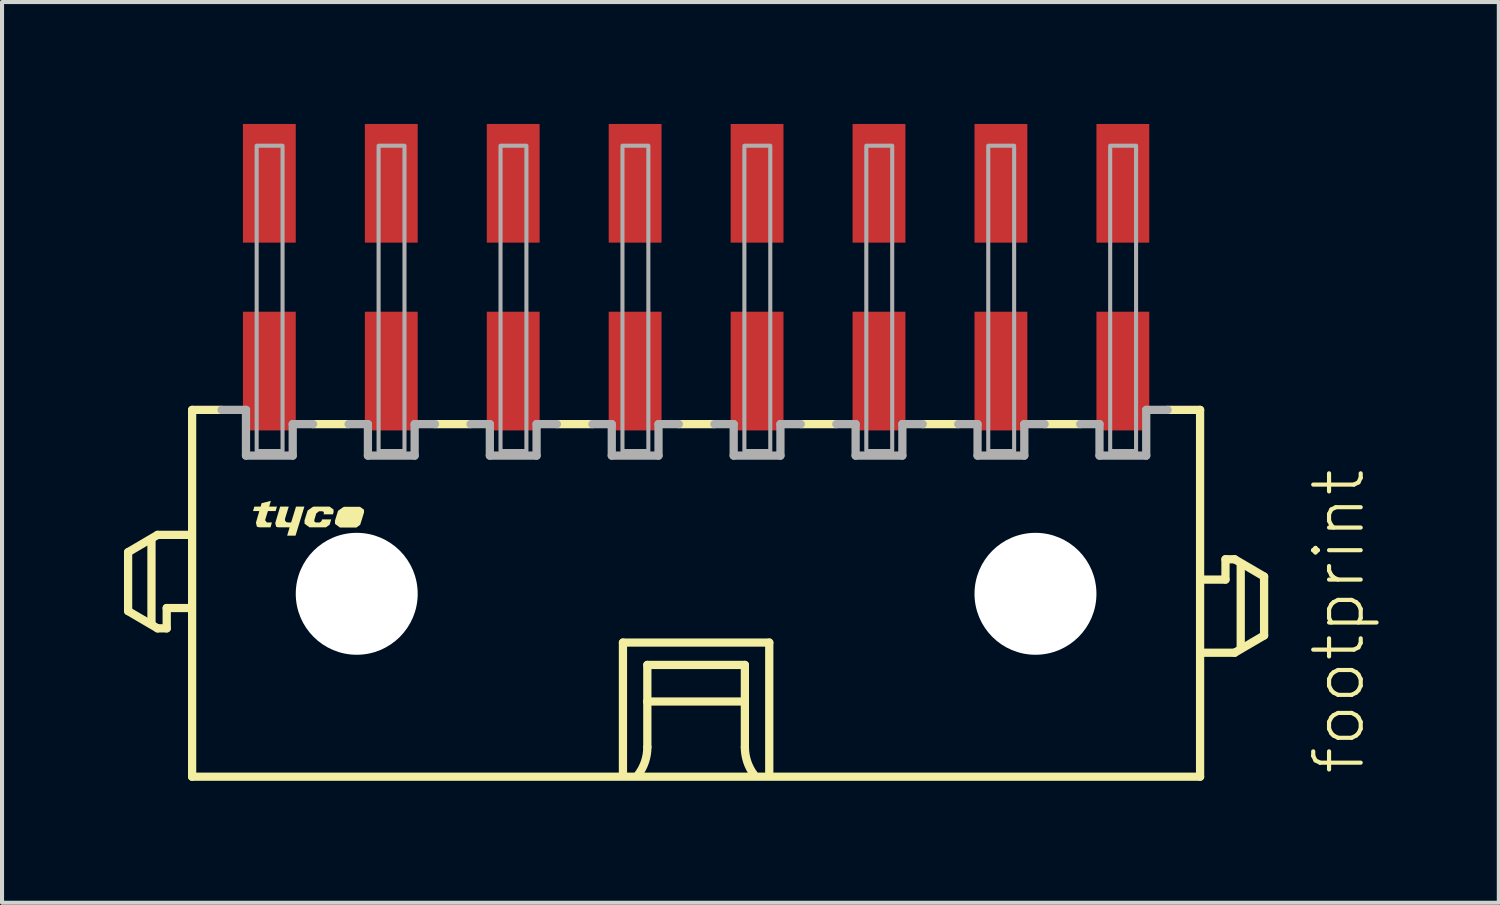
<source format=kicad_pcb>
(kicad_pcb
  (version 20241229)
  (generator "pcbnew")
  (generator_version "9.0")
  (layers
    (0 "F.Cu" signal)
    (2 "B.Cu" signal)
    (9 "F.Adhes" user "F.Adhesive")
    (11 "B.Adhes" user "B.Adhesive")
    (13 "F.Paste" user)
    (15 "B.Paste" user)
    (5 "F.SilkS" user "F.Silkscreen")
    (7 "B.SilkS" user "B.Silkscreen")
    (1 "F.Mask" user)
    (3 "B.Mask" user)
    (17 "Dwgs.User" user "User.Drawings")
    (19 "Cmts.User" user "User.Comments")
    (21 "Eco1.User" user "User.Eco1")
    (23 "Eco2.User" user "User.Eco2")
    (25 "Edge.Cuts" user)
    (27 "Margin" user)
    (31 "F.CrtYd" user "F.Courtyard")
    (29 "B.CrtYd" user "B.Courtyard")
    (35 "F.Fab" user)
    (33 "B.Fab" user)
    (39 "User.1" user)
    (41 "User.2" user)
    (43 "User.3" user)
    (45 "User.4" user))
  (footprint "footprint"
    (layer "F.Cu")
    (at 14.077 11.56)
    (property "Reference" "footprint" (at 16.5 4.5 90) (layer "F.SilkS") (effects (font (size 1.168 1.168) (thickness 0.102)) (justify left bottom)))
    (fp_line (start -13.975 -1.025) (end -13.975 0.425) (stroke (width 0.203) (type solid)) (layer "F.SilkS"))
    (fp_line (start -13.975 0.425) (end -13.25 0.85) (stroke (width 0.203) (type solid)) (layer "F.SilkS"))
    (fp_line (start -13.4 0.7) (end -13.4 -1.3) (stroke (width 0.203) (type solid)) (layer "F.SilkS"))
    (fp_line (start -13.25 -1.45) (end -13.975 -1.025) (stroke (width 0.203) (type solid)) (layer "F.SilkS"))
    (fp_line (start -13.25 0.85) (end -13.025 0.85) (stroke (width 0.203) (type solid)) (layer "F.SilkS"))
    (fp_line (start -13.025 0.35) (end -12.5 0.35) (stroke (width 0.203) (type solid)) (layer "F.SilkS"))
    (fp_line (start -13.025 0.85) (end -13.025 0.35) (stroke (width 0.203) (type solid)) (layer "F.SilkS"))
    (fp_line (start -12.5 -1.45) (end -13.25 -1.45) (stroke (width 0.203) (type solid)) (layer "F.SilkS"))
    (fp_line (start -12.4 -4.525) (end -12.4 4.5) (stroke (width 0.203) (type solid)) (layer "F.SilkS"))
    (fp_line (start -12.4 -4.525) (end -11.675 -4.525) (stroke (width 0.203) (type solid)) (layer "F.SilkS"))
    (fp_line (start -12.4 4.5) (end 12.4 4.5) (stroke (width 0.203) (type solid)) (layer "F.SilkS"))
    (fp_line (start -8.55 -4.175) (end -9.425 -4.175) (stroke (width 0.203) (type solid)) (layer "F.SilkS"))
    (fp_line (start -5.55 -4.175) (end -6.425 -4.175) (stroke (width 0.203) (type solid)) (layer "F.SilkS"))
    (fp_line (start -2.55 -4.175) (end -3.425 -4.175) (stroke (width 0.203) (type solid)) (layer "F.SilkS"))
    (fp_line (start -1.8 1.2) (end 1.8 1.2) (stroke (width 0.203) (type solid)) (layer "F.SilkS"))
    (fp_line (start -1.8 4.4) (end -1.8 1.2) (stroke (width 0.203) (type solid)) (layer "F.SilkS"))
    (fp_line (start -1.2 1.75) (end -1.2 2.65) (stroke (width 0.203) (type solid)) (layer "F.SilkS"))
    (fp_line (start -1.2 2.65) (end -1.2 3.775) (stroke (width 0.203) (type solid)) (layer "F.SilkS"))
    (fp_line (start -1.2 2.65) (end 1.2 2.65) (stroke (width 0.203) (type solid)) (layer "F.SilkS"))
    (fp_line (start 0.45 -4.175) (end -0.425 -4.175) (stroke (width 0.203) (type solid)) (layer "F.SilkS"))
    (fp_line (start 1.2 1.75) (end -1.2 1.75) (stroke (width 0.203) (type solid)) (layer "F.SilkS"))
    (fp_line (start 1.2 2.65) (end 1.2 1.75) (stroke (width 0.203) (type solid)) (layer "F.SilkS"))
    (fp_line (start 1.2 2.65) (end 1.2 3.775) (stroke (width 0.203) (type solid)) (layer "F.SilkS"))
    (fp_line (start 1.8 1.2) (end 1.8 4.4) (stroke (width 0.203) (type solid)) (layer "F.SilkS"))
    (fp_line (start 3.45 -4.175) (end 2.575 -4.175) (stroke (width 0.203) (type solid)) (layer "F.SilkS"))
    (fp_line (start 6.45 -4.175) (end 5.575 -4.175) (stroke (width 0.203) (type solid)) (layer "F.SilkS"))
    (fp_line (start 9.45 -4.175) (end 8.575 -4.175) (stroke (width 0.203) (type solid)) (layer "F.SilkS"))
    (fp_line (start 12.4 -4.525) (end 11.6 -4.525) (stroke (width 0.203) (type solid)) (layer "F.SilkS"))
    (fp_line (start 12.4 4.5) (end 12.4 -4.525) (stroke (width 0.203) (type solid)) (layer "F.SilkS"))
    (fp_line (start 12.5 1.45) (end 13.25 1.45) (stroke (width 0.203) (type solid)) (layer "F.SilkS"))
    (fp_line (start 13.025 -0.85) (end 13.025 -0.35) (stroke (width 0.203) (type solid)) (layer "F.SilkS"))
    (fp_line (start 13.025 -0.35) (end 12.5 -0.35) (stroke (width 0.203) (type solid)) (layer "F.SilkS"))
    (fp_line (start 13.25 -0.85) (end 13.025 -0.85) (stroke (width 0.203) (type solid)) (layer "F.SilkS"))
    (fp_line (start 13.25 1.45) (end 13.975 1.025) (stroke (width 0.203) (type solid)) (layer "F.SilkS"))
    (fp_line (start 13.4 1.3) (end 13.4 -0.7) (stroke (width 0.203) (type solid)) (layer "F.SilkS"))
    (fp_line (start 13.975 -0.425) (end 13.25 -0.85) (stroke (width 0.203) (type solid)) (layer "F.SilkS"))
    (fp_line (start 13.975 1.025) (end 13.975 -0.425) (stroke (width 0.203) (type solid)) (layer "F.SilkS"))
    (fp_arc (start -1.2 3.775) (mid -1.257731 4.130756) (end -1.425 4.449999) (stroke (width 0.2032) (type solid)) (layer "F.SilkS"))
    (fp_arc (start 1.425 4.449999) (mid 1.257732 4.130756) (end 1.2 3.775) (stroke (width 0.2032) (type solid)) (layer "F.SilkS"))
    (fp_poly (pts (xy -10.115 -1.844) (xy -10.113 -1.799) (xy -10.085 -1.764) (xy -10.039 -1.755) (xy -9.964 -1.755) (xy -9.844 -2.145) (xy -9.638 -2.145) (xy -9.856 -1.43) (xy -10.062 -1.43) (xy -10.002 -1.635) (xy -10.28 -1.635) (xy -10.28 -1.645) (xy -10.285 -1.645) (xy -10.285 -1.64) (xy -10.287 -1.635) (xy -10.333 -1.651) (xy -10.355 -1.74) (xy -10.234 -2.145) (xy -10.023 -2.145)) (stroke (width 0) (type solid)) (fill yes) (layer "F.SilkS"))
    (fp_poly (pts (xy -10.503 -2.145) (xy -10.313 -2.145) (xy -10.346 -2.035) (xy -10.536 -2.035) (xy -10.604 -1.811) (xy -10.562 -1.755) (xy -10.438 -1.755) (xy -10.471 -1.635) (xy -10.75 -1.635) (xy -10.75 -1.645) (xy -10.755 -1.645) (xy -10.755 -1.64) (xy -10.757 -1.635) (xy -10.807 -1.653) (xy -10.83 -1.75) (xy -10.747 -2.035) (xy -10.902 -2.035) (xy -10.869 -2.145) (xy -10.714 -2.145) (xy -10.692 -2.229) (xy -10.463 -2.287)) (stroke (width 0) (type solid)) (fill yes) (layer "F.SilkS"))
    (fp_poly (pts (xy -8.171 -2.069) (xy -8.17 -2.005) (xy -8.17 -2.004) (xy -8.223 -1.83) (xy -8.223 -1.83) (xy -8.225 -1.823) (xy -8.226 -1.82) (xy -8.226 -1.82) (xy -8.266 -1.697) (xy -8.358 -1.63) (xy -8.762 -1.63) (xy -8.884 -1.72) (xy -8.885 -1.8) (xy -8.885 -1.801) (xy -8.809 -2.043) (xy -8.673 -2.139) (xy -8.67 -2.135) (xy -8.67 -2.13) (xy -8.665 -2.13) (xy -8.665 -2.14) (xy -8.268 -2.14)) (stroke (width 0) (type solid)) (fill yes) (layer "F.SilkS"))
    (fp_poly (pts (xy -8.921 -2.074) (xy -8.92 -2.01) (xy -8.92 -2.009) (xy -8.936 -1.955) (xy -9.167 -1.955) (xy -9.16 -1.976) (xy -9.158 -2.001) (xy -9.172 -2.022) (xy -9.196 -2.03) (xy -9.278 -2.03) (xy -9.346 -1.977) (xy -9.395 -1.81) (xy -9.388 -1.772) (xy -9.354 -1.755) (xy -9.262 -1.755) (xy -9.219 -1.783) (xy -9.204 -1.83) (xy -8.978 -1.83) (xy -9.016 -1.702) (xy -9.108 -1.635) (xy -9.512 -1.635) (xy -9.634 -1.725) (xy -9.635 -1.805) (xy -9.635 -1.806) (xy -9.559 -2.048) (xy -9.423 -2.144) (xy -9.42 -2.14) (xy -9.42 -2.135) (xy -9.415 -2.135) (xy -9.415 -2.145) (xy -9.018 -2.145)) (stroke (width 0) (type solid)) (fill yes) (layer "F.SilkS"))
    (fp_line (start -11.075 -4.525) (end -11.675 -4.525) (stroke (width 0.203) (type solid)) (layer "F.Fab"))
    (fp_line (start -11.075 -3.4) (end -11.075 -4.525) (stroke (width 0.203) (type solid)) (layer "F.Fab"))
    (fp_line (start -9.925 -4.175) (end -9.925 -3.4) (stroke (width 0.203) (type solid)) (layer "F.Fab"))
    (fp_line (start -9.925 -3.4) (end -11.075 -3.4) (stroke (width 0.203) (type solid)) (layer "F.Fab"))
    (fp_line (start -9.425 -4.175) (end -9.925 -4.175) (stroke (width 0.203) (type solid)) (layer "F.Fab"))
    (fp_line (start -8.075 -4.175) (end -8.55 -4.175) (stroke (width 0.203) (type solid)) (layer "F.Fab"))
    (fp_line (start -8.075 -3.4) (end -8.075 -4.175) (stroke (width 0.203) (type solid)) (layer "F.Fab"))
    (fp_line (start -6.925 -4.175) (end -6.925 -3.4) (stroke (width 0.203) (type solid)) (layer "F.Fab"))
    (fp_line (start -6.925 -3.4) (end -8.075 -3.4) (stroke (width 0.203) (type solid)) (layer "F.Fab"))
    (fp_line (start -6.425 -4.175) (end -6.925 -4.175) (stroke (width 0.203) (type solid)) (layer "F.Fab"))
    (fp_line (start -5.075 -4.175) (end -5.55 -4.175) (stroke (width 0.203) (type solid)) (layer "F.Fab"))
    (fp_line (start -5.075 -3.4) (end -5.075 -4.175) (stroke (width 0.203) (type solid)) (layer "F.Fab"))
    (fp_line (start -3.925 -4.175) (end -3.925 -3.4) (stroke (width 0.203) (type solid)) (layer "F.Fab"))
    (fp_line (start -3.925 -3.4) (end -5.075 -3.4) (stroke (width 0.203) (type solid)) (layer "F.Fab"))
    (fp_line (start -3.425 -4.175) (end -3.925 -4.175) (stroke (width 0.203) (type solid)) (layer "F.Fab"))
    (fp_line (start -2.075 -4.175) (end -2.55 -4.175) (stroke (width 0.203) (type solid)) (layer "F.Fab"))
    (fp_line (start -2.075 -3.4) (end -2.075 -4.175) (stroke (width 0.203) (type solid)) (layer "F.Fab"))
    (fp_line (start -0.925 -4.175) (end -0.925 -3.4) (stroke (width 0.203) (type solid)) (layer "F.Fab"))
    (fp_line (start -0.925 -3.4) (end -2.075 -3.4) (stroke (width 0.203) (type solid)) (layer "F.Fab"))
    (fp_line (start -0.425 -4.175) (end -0.925 -4.175) (stroke (width 0.203) (type solid)) (layer "F.Fab"))
    (fp_line (start 0.925 -4.175) (end 0.45 -4.175) (stroke (width 0.203) (type solid)) (layer "F.Fab"))
    (fp_line (start 0.925 -3.4) (end 0.925 -4.175) (stroke (width 0.203) (type solid)) (layer "F.Fab"))
    (fp_line (start 2.075 -4.175) (end 2.075 -3.4) (stroke (width 0.203) (type solid)) (layer "F.Fab"))
    (fp_line (start 2.075 -3.4) (end 0.925 -3.4) (stroke (width 0.203) (type solid)) (layer "F.Fab"))
    (fp_line (start 2.575 -4.175) (end 2.075 -4.175) (stroke (width 0.203) (type solid)) (layer "F.Fab"))
    (fp_line (start 3.925 -4.175) (end 3.45 -4.175) (stroke (width 0.203) (type solid)) (layer "F.Fab"))
    (fp_line (start 3.925 -3.4) (end 3.925 -4.175) (stroke (width 0.203) (type solid)) (layer "F.Fab"))
    (fp_line (start 5.075 -4.175) (end 5.075 -3.4) (stroke (width 0.203) (type solid)) (layer "F.Fab"))
    (fp_line (start 5.075 -3.4) (end 3.925 -3.4) (stroke (width 0.203) (type solid)) (layer "F.Fab"))
    (fp_line (start 5.575 -4.175) (end 5.075 -4.175) (stroke (width 0.203) (type solid)) (layer "F.Fab"))
    (fp_line (start 6.925 -4.175) (end 6.45 -4.175) (stroke (width 0.203) (type solid)) (layer "F.Fab"))
    (fp_line (start 6.925 -3.4) (end 6.925 -4.175) (stroke (width 0.203) (type solid)) (layer "F.Fab"))
    (fp_line (start 8.075 -4.175) (end 8.075 -3.4) (stroke (width 0.203) (type solid)) (layer "F.Fab"))
    (fp_line (start 8.075 -3.4) (end 6.925 -3.4) (stroke (width 0.203) (type solid)) (layer "F.Fab"))
    (fp_line (start 8.575 -4.175) (end 8.075 -4.175) (stroke (width 0.203) (type solid)) (layer "F.Fab"))
    (fp_line (start 9.925 -4.175) (end 9.45 -4.175) (stroke (width 0.203) (type solid)) (layer "F.Fab"))
    (fp_line (start 9.925 -3.4) (end 9.925 -4.175) (stroke (width 0.203) (type solid)) (layer "F.Fab"))
    (fp_line (start 11.075 -4.525) (end 11.075 -3.4) (stroke (width 0.203) (type solid)) (layer "F.Fab"))
    (fp_line (start 11.075 -3.4) (end 9.925 -3.4) (stroke (width 0.203) (type solid)) (layer "F.Fab"))
    (fp_line (start 11.6 -4.525) (end 11.075 -4.525) (stroke (width 0.203) (type solid)) (layer "F.Fab"))
    (fp_poly (pts (xy -10.812 -3.513) (xy -10.175 -3.513) (xy -10.175 -11.025) (xy -10.812 -11.025)) (stroke (width 0.1) (type solid)) (fill no) (layer "F.Fab"))
    (fp_poly (pts (xy -7.812 -3.513) (xy -7.175 -3.513) (xy -7.175 -11.025) (xy -7.812 -11.025)) (stroke (width 0.1) (type solid)) (fill no) (layer "F.Fab"))
    (fp_poly (pts (xy -4.812 -3.513) (xy -4.175 -3.513) (xy -4.175 -11.025) (xy -4.812 -11.025)) (stroke (width 0.1) (type solid)) (fill no) (layer "F.Fab"))
    (fp_poly (pts (xy -1.812 -3.513) (xy -1.175 -3.513) (xy -1.175 -11.025) (xy -1.812 -11.025)) (stroke (width 0.1) (type solid)) (fill no) (layer "F.Fab"))
    (fp_poly (pts (xy 1.188 -3.513) (xy 1.825 -3.513) (xy 1.825 -11.025) (xy 1.188 -11.025)) (stroke (width 0.1) (type solid)) (fill no) (layer "F.Fab"))
    (fp_poly (pts (xy 4.188 -3.513) (xy 4.825 -3.513) (xy 4.825 -11.025) (xy 4.188 -11.025)) (stroke (width 0.1) (type solid)) (fill no) (layer "F.Fab"))
    (fp_poly (pts (xy 7.188 -3.513) (xy 7.825 -3.513) (xy 7.825 -11.025) (xy 7.188 -11.025)) (stroke (width 0.1) (type solid)) (fill no) (layer "F.Fab"))
    (fp_poly (pts (xy 10.188 -3.513) (xy 10.825 -3.513) (xy 10.825 -11.025) (xy 10.188 -11.025)) (stroke (width 0.1) (type solid)) (fill no) (layer "F.Fab"))
    (pad "" np_thru_hole circle (at -8.35 0) (size 3 3) (drill 3) (layers "*.Cu" "*.Mask"))
    (pad "" np_thru_hole circle (at 8.35 0) (size 3 3) (drill 3) (layers "*.Cu" "*.Mask"))
    (pad "1" smd rect (at 10.5 -10.1) (size 1.3 2.92) (layers "F.Cu" "F.Mask" "F.Paste"))
    (pad "2" smd rect (at 10.5 -5.48) (size 1.3 2.92) (layers "F.Cu" "F.Mask" "F.Paste"))
    (pad "3" smd rect (at 7.5 -10.1) (size 1.3 2.92) (layers "F.Cu" "F.Mask" "F.Paste"))
    (pad "4" smd rect (at 7.5 -5.48) (size 1.3 2.92) (layers "F.Cu" "F.Mask" "F.Paste"))
    (pad "5" smd rect (at 4.5 -10.1) (size 1.3 2.92) (layers "F.Cu" "F.Mask" "F.Paste"))
    (pad "6" smd rect (at 4.5 -5.48) (size 1.3 2.92) (layers "F.Cu" "F.Mask" "F.Paste"))
    (pad "7" smd rect (at 1.5 -10.1) (size 1.3 2.92) (layers "F.Cu" "F.Mask" "F.Paste"))
    (pad "8" smd rect (at 1.5 -5.48) (size 1.3 2.92) (layers "F.Cu" "F.Mask" "F.Paste"))
    (pad "9" smd rect (at -1.5 -10.1) (size 1.3 2.92) (layers "F.Cu" "F.Mask" "F.Paste"))
    (pad "10" smd rect (at -1.5 -5.48) (size 1.3 2.92) (layers "F.Cu" "F.Mask" "F.Paste"))
    (pad "11" smd rect (at -4.5 -10.1) (size 1.3 2.92) (layers "F.Cu" "F.Mask" "F.Paste"))
    (pad "12" smd rect (at -4.5 -5.48) (size 1.3 2.92) (layers "F.Cu" "F.Mask" "F.Paste"))
    (pad "13" smd rect (at -7.5 -10.1) (size 1.3 2.92) (layers "F.Cu" "F.Mask" "F.Paste"))
    (pad "14" smd rect (at -7.5 -5.48) (size 1.3 2.92) (layers "F.Cu" "F.Mask" "F.Paste"))
    (pad "15" smd rect (at -10.5 -10.1) (size 1.3 2.92) (layers "F.Cu" "F.Mask" "F.Paste"))
    (pad "16" smd rect (at -10.5 -5.48) (size 1.3 2.92) (layers "F.Cu" "F.Mask" "F.Paste")))
  (gr_rect
    (start -3 -3)
    (end 33.827 19.162)
    (stroke (width 0.1) (type default))
    (fill no)
    (layer "Edge.Cuts")))
</source>
